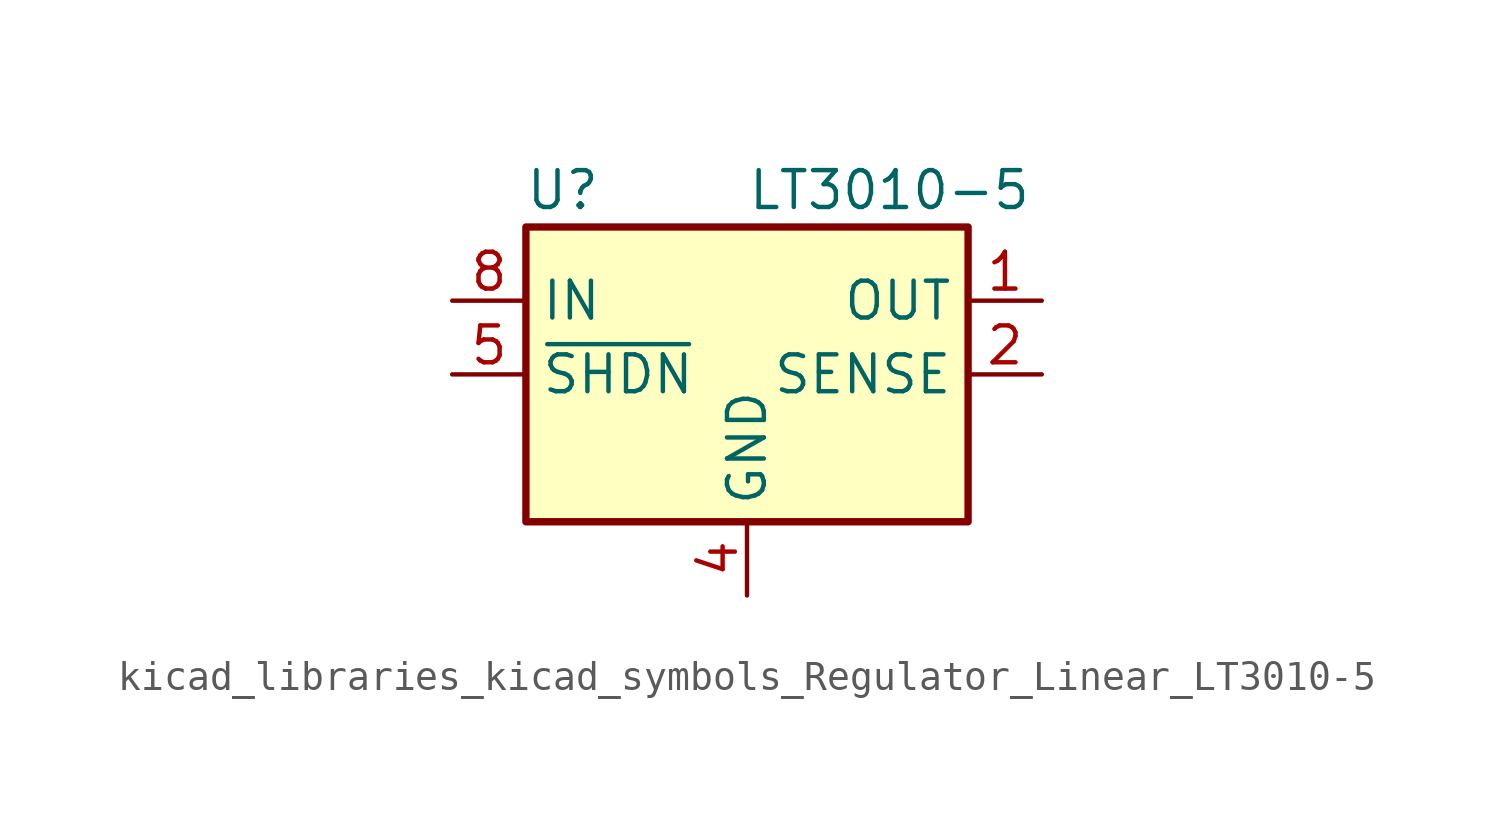
<source format=kicad_sym>
(kicad_symbol_lib
  (version 20220914)
  (generator kicad_symbol_editor)
  (symbol "kicad_libraries_kicad_symbols_Regulator_Linear_LT3010-5"
    (property "Reference" "U"
      (at -6.35 6.35 0)
      (effects (font (size 1.27 1.27))))
    (property "Value" "LT3010-5"
      (at 0 6.35 0)
      (effects (font (size 1.27 1.27)) (justify left)))
    (symbol "kicad_libraries_kicad_symbols_Regulator_Linear_LT3010-5_0_1"
      (rectangle (start -7.62 5.08) (end 7.62 -5.08) (stroke (width 0.254) (type default)) (fill (type background))))
    (symbol "kicad_libraries_kicad_symbols_Regulator_Linear_LT3010-5_1_1"
      (pin power_out line (at 10.16 2.54 180) (length 2.54) (name "OUT" (effects (font (size 1.27 1.27)))) (number "1" (effects (font (size 1.27 1.27)))))
      (pin passive line (at 10.16 0 180) (length 2.54) (name "SENSE" (effects (font (size 1.27 1.27)))) (number "2" (effects (font (size 1.27 1.27)))))
      (pin no_connect line (at -7.62 -2.54 0) (length 2.54) hide (name "NC" (effects (font (size 1.27 1.27)))) (number "3" (effects (font (size 1.27 1.27)))))
      (pin power_in line (at 0 -7.62 90) (length 2.54) (name "GND" (effects (font (size 1.27 1.27)))) (number "4" (effects (font (size 1.27 1.27)))))
      (pin input line (at -10.16 0 0) (length 2.54) (name "~{SHDN}" (effects (font (size 1.27 1.27)))) (number "5" (effects (font (size 1.27 1.27)))))
      (pin no_connect line (at 7.62 -2.54 180) (length 2.54) hide (name "NC" (effects (font (size 1.27 1.27)))) (number "6" (effects (font (size 1.27 1.27)))))
      (pin no_connect line (at 2.54 -5.08 90) (length 2.54) hide (name "NC" (effects (font (size 1.27 1.27)))) (number "7" (effects (font (size 1.27 1.27)))))
      (pin power_in line (at -10.16 2.54 0) (length 2.54) (name "IN" (effects (font (size 1.27 1.27)))) (number "8" (effects (font (size 1.27 1.27)))))
      (pin passive line (at 0 -7.62 90) (length 2.54) hide (name "GND" (effects (font (size 1.27 1.27)))) (number "9" (effects (font (size 1.27 1.27))))))))
</source>
